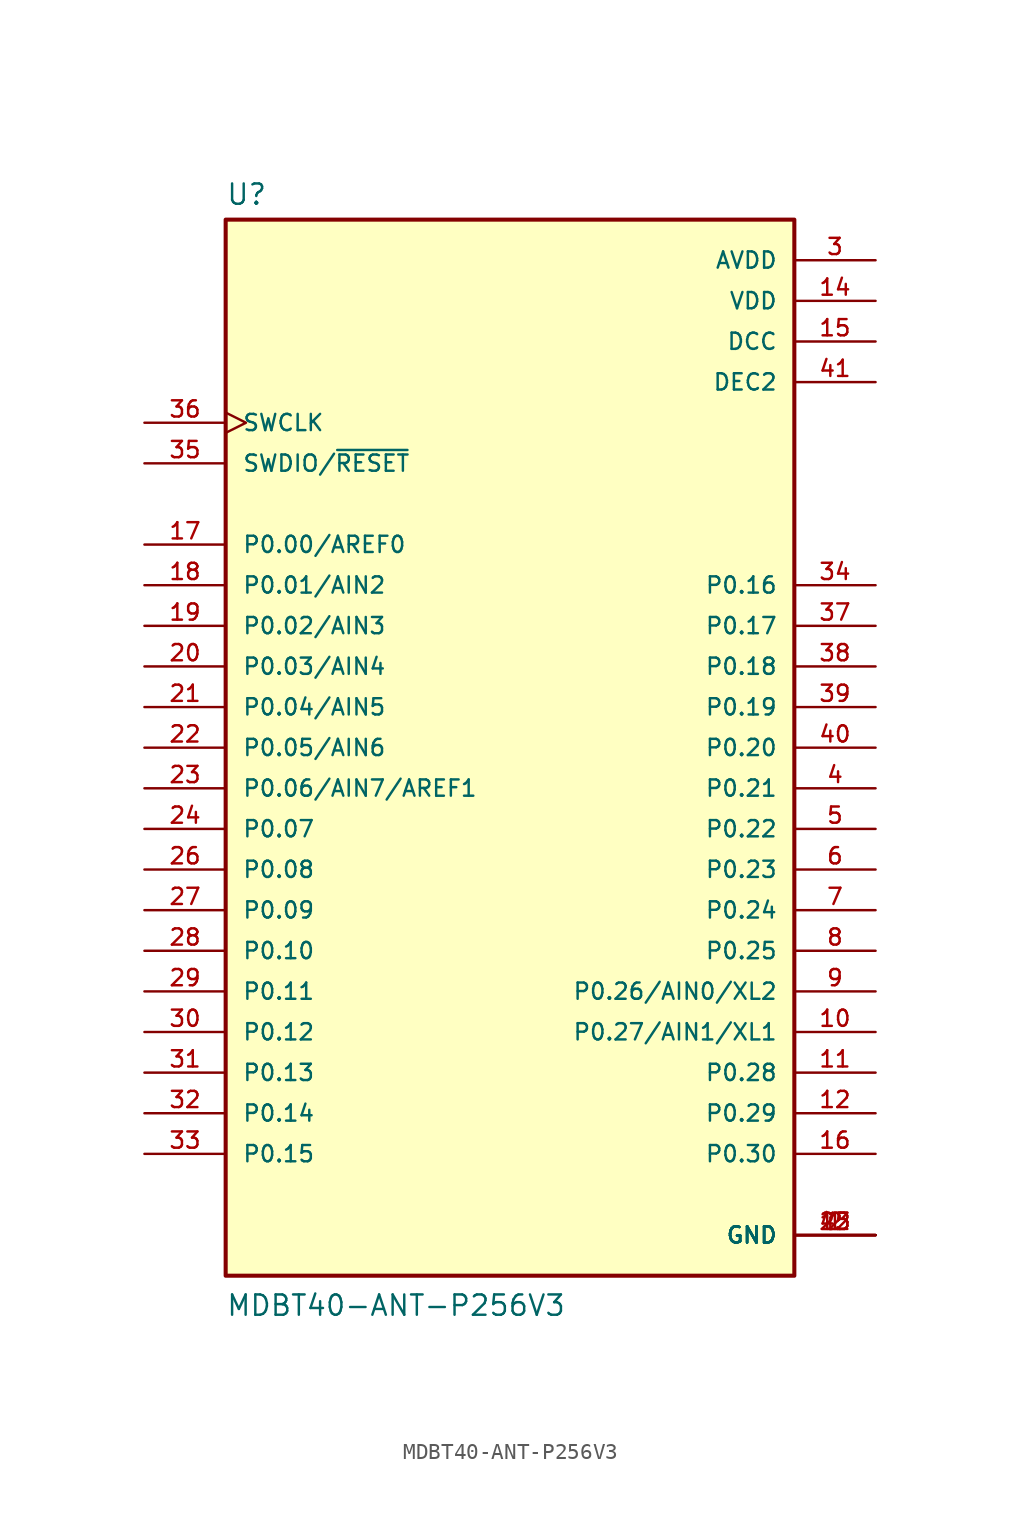
<source format=kicad_sym>
(kicad_symbol_lib
  (version 20211014)
  (generator kicad_symbol_editor)
  (symbol "MDBT40-ANT-P256V3"
    (pin_names
      (offset 1.016))
    (property "Reference" "U"
      (at -17.78 33.85 0)
      (effects (font (size 1.27 1.27)) (justify bottom left)))
    (property "Value" "MDBT40-ANT-P256V3"
      (at -17.78 -35.623 0)
      (effects (font (size 1.27 1.27)) (justify bottom left)))
    (symbol "MDBT40-ANT-P256V3_0_0"
      (rectangle (start -17.78 -33.02) (end 17.78 33.02) (stroke (width 0.254)) (fill (type background)))
      (pin power_in line (at 22.86 -30.48 180.0) (length 5.08) (name "GND" (effects (font (size 1.016 1.016)))) (number "1" (effects (font (size 1.016 1.016)))))
      (pin power_in line (at 22.86 -30.48 180.0) (length 5.08) (name "GND" (effects (font (size 1.016 1.016)))) (number "2" (effects (font (size 1.016 1.016)))))
      (pin power_in line (at 22.86 -30.48 180.0) (length 5.08) (name "GND" (effects (font (size 1.016 1.016)))) (number "13" (effects (font (size 1.016 1.016)))))
      (pin power_in line (at 22.86 -30.48 180.0) (length 5.08) (name "GND" (effects (font (size 1.016 1.016)))) (number "25" (effects (font (size 1.016 1.016)))))
      (pin power_in line (at 22.86 -30.48 180.0) (length 5.08) (name "GND" (effects (font (size 1.016 1.016)))) (number "42" (effects (font (size 1.016 1.016)))))
      (pin power_in line (at 22.86 30.48 180.0) (length 5.08) (name "AVDD" (effects (font (size 1.016 1.016)))) (number "3" (effects (font (size 1.016 1.016)))))
      (pin power_in line (at 22.86 27.94 180.0) (length 5.08) (name "VDD" (effects (font (size 1.016 1.016)))) (number "14" (effects (font (size 1.016 1.016)))))
      (pin power_in line (at 22.86 25.4 180.0) (length 5.08) (name "DCC" (effects (font (size 1.016 1.016)))) (number "15" (effects (font (size 1.016 1.016)))))
      (pin bidirectional line (at 22.86 -17.78 180.0) (length 5.08) (name "P0.27/AIN1/XL1" (effects (font (size 1.016 1.016)))) (number "10" (effects (font (size 1.016 1.016)))))
      (pin bidirectional line (at 22.86 -15.24 180.0) (length 5.08) (name "P0.26/AIN0/XL2" (effects (font (size 1.016 1.016)))) (number "9" (effects (font (size 1.016 1.016)))))
      (pin input clock (at -22.86 20.32 0) (length 5.08) (name "SWCLK" (effects (font (size 1.016 1.016)))) (number "36" (effects (font (size 1.016 1.016)))))
      (pin power_in line (at 22.86 22.86 180.0) (length 5.08) (name "DEC2" (effects (font (size 1.016 1.016)))) (number "41" (effects (font (size 1.016 1.016)))))
      (pin bidirectional line (at -22.86 17.78 0) (length 5.08) (name "SWDIO/~{RESET}" (effects (font (size 1.016 1.016)))) (number "35" (effects (font (size 1.016 1.016)))))
      (pin bidirectional line (at -22.86 12.7 0) (length 5.08) (name "P0.00/AREF0" (effects (font (size 1.016 1.016)))) (number "17" (effects (font (size 1.016 1.016)))))
      (pin bidirectional line (at -22.86 10.16 0) (length 5.08) (name "P0.01/AIN2" (effects (font (size 1.016 1.016)))) (number "18" (effects (font (size 1.016 1.016)))))
      (pin bidirectional line (at -22.86 7.62 0) (length 5.08) (name "P0.02/AIN3" (effects (font (size 1.016 1.016)))) (number "19" (effects (font (size 1.016 1.016)))))
      (pin bidirectional line (at -22.86 5.08 0) (length 5.08) (name "P0.03/AIN4" (effects (font (size 1.016 1.016)))) (number "20" (effects (font (size 1.016 1.016)))))
      (pin bidirectional line (at -22.86 2.54 0) (length 5.08) (name "P0.04/AIN5" (effects (font (size 1.016 1.016)))) (number "21" (effects (font (size 1.016 1.016)))))
      (pin bidirectional line (at -22.86 0.0 0) (length 5.08) (name "P0.05/AIN6" (effects (font (size 1.016 1.016)))) (number "22" (effects (font (size 1.016 1.016)))))
      (pin bidirectional line (at -22.86 -2.54 0) (length 5.08) (name "P0.06/AIN7/AREF1" (effects (font (size 1.016 1.016)))) (number "23" (effects (font (size 1.016 1.016)))))
      (pin bidirectional line (at -22.86 -5.08 0) (length 5.08) (name "P0.07" (effects (font (size 1.016 1.016)))) (number "24" (effects (font (size 1.016 1.016)))))
      (pin bidirectional line (at -22.86 -7.62 0) (length 5.08) (name "P0.08" (effects (font (size 1.016 1.016)))) (number "26" (effects (font (size 1.016 1.016)))))
      (pin bidirectional line (at -22.86 -10.16 0) (length 5.08) (name "P0.09" (effects (font (size 1.016 1.016)))) (number "27" (effects (font (size 1.016 1.016)))))
      (pin bidirectional line (at -22.86 -12.7 0) (length 5.08) (name "P0.10" (effects (font (size 1.016 1.016)))) (number "28" (effects (font (size 1.016 1.016)))))
      (pin bidirectional line (at -22.86 -15.24 0) (length 5.08) (name "P0.11" (effects (font (size 1.016 1.016)))) (number "29" (effects (font (size 1.016 1.016)))))
      (pin bidirectional line (at -22.86 -17.78 0) (length 5.08) (name "P0.12" (effects (font (size 1.016 1.016)))) (number "30" (effects (font (size 1.016 1.016)))))
      (pin bidirectional line (at -22.86 -20.32 0) (length 5.08) (name "P0.13" (effects (font (size 1.016 1.016)))) (number "31" (effects (font (size 1.016 1.016)))))
      (pin bidirectional line (at -22.86 -22.86 0) (length 5.08) (name "P0.14" (effects (font (size 1.016 1.016)))) (number "32" (effects (font (size 1.016 1.016)))))
      (pin bidirectional line (at -22.86 -25.4 0) (length 5.08) (name "P0.15" (effects (font (size 1.016 1.016)))) (number "33" (effects (font (size 1.016 1.016)))))
      (pin bidirectional line (at 22.86 10.16 180.0) (length 5.08) (name "P0.16" (effects (font (size 1.016 1.016)))) (number "34" (effects (font (size 1.016 1.016)))))
      (pin bidirectional line (at 22.86 7.62 180.0) (length 5.08) (name "P0.17" (effects (font (size 1.016 1.016)))) (number "37" (effects (font (size 1.016 1.016)))))
      (pin bidirectional line (at 22.86 5.08 180.0) (length 5.08) (name "P0.18" (effects (font (size 1.016 1.016)))) (number "38" (effects (font (size 1.016 1.016)))))
      (pin bidirectional line (at 22.86 2.54 180.0) (length 5.08) (name "P0.19" (effects (font (size 1.016 1.016)))) (number "39" (effects (font (size 1.016 1.016)))))
      (pin bidirectional line (at 22.86 0.0 180.0) (length 5.08) (name "P0.20" (effects (font (size 1.016 1.016)))) (number "40" (effects (font (size 1.016 1.016)))))
      (pin bidirectional line (at 22.86 -2.54 180.0) (length 5.08) (name "P0.21" (effects (font (size 1.016 1.016)))) (number "4" (effects (font (size 1.016 1.016)))))
      (pin bidirectional line (at 22.86 -5.08 180.0) (length 5.08) (name "P0.22" (effects (font (size 1.016 1.016)))) (number "5" (effects (font (size 1.016 1.016)))))
      (pin bidirectional line (at 22.86 -7.62 180.0) (length 5.08) (name "P0.23" (effects (font (size 1.016 1.016)))) (number "6" (effects (font (size 1.016 1.016)))))
      (pin bidirectional line (at 22.86 -10.16 180.0) (length 5.08) (name "P0.24" (effects (font (size 1.016 1.016)))) (number "7" (effects (font (size 1.016 1.016)))))
      (pin bidirectional line (at 22.86 -12.7 180.0) (length 5.08) (name "P0.25" (effects (font (size 1.016 1.016)))) (number "8" (effects (font (size 1.016 1.016)))))
      (pin bidirectional line (at 22.86 -20.32 180.0) (length 5.08) (name "P0.28" (effects (font (size 1.016 1.016)))) (number "11" (effects (font (size 1.016 1.016)))))
      (pin bidirectional line (at 22.86 -22.86 180.0) (length 5.08) (name "P0.29" (effects (font (size 1.016 1.016)))) (number "12" (effects (font (size 1.016 1.016)))))
      (pin bidirectional line (at 22.86 -25.4 180.0) (length 5.08) (name "P0.30" (effects (font (size 1.016 1.016)))) (number "16" (effects (font (size 1.016 1.016))))))))
</source>
